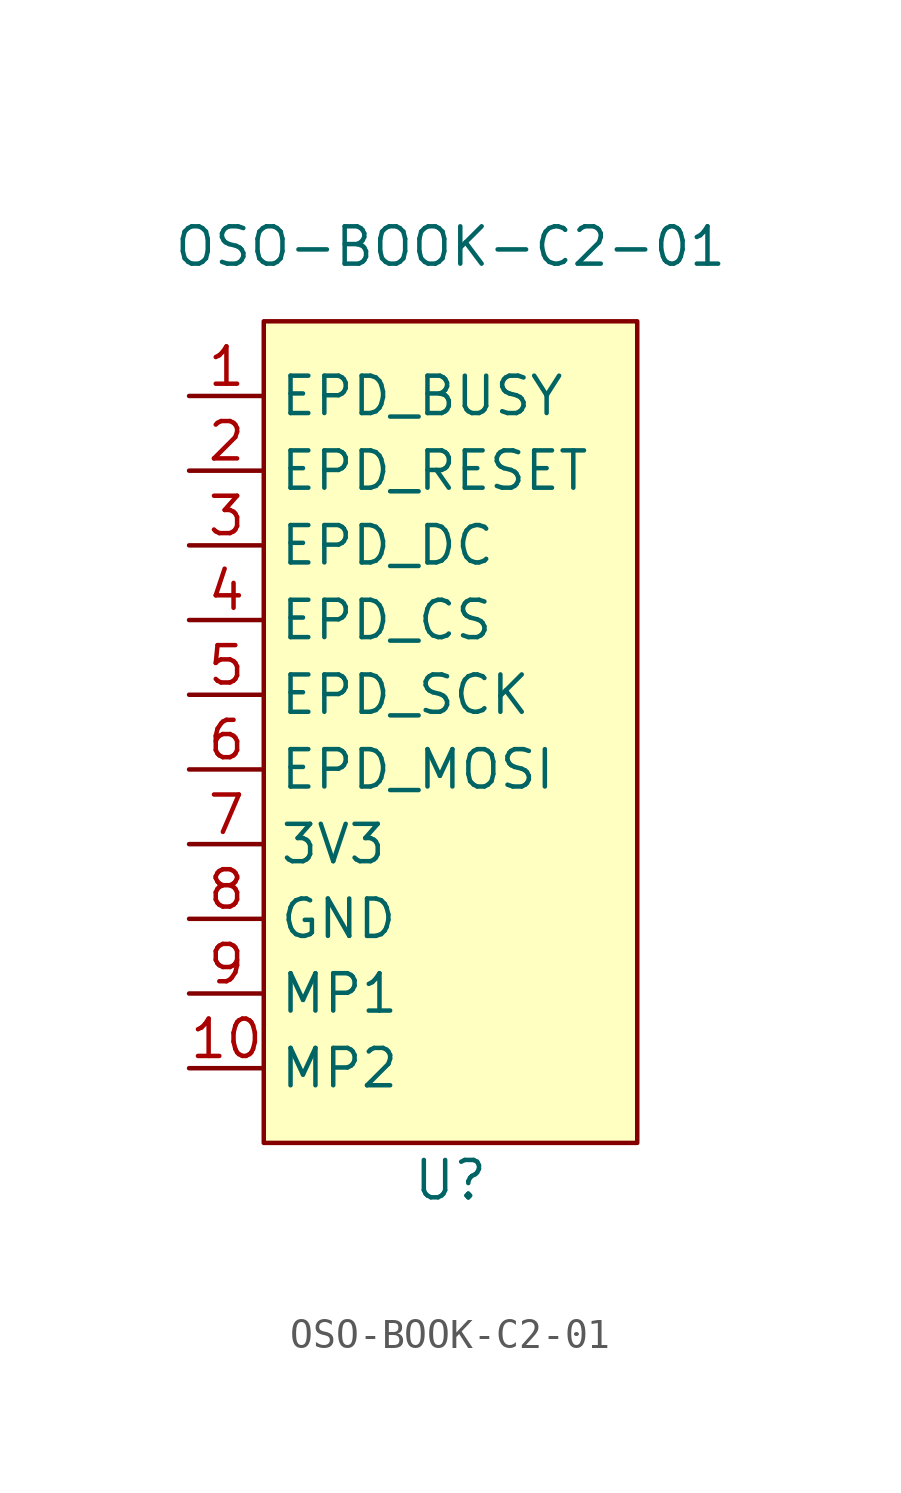
<source format=kicad_sym>
(kicad_symbol_lib
  (version 20211014)
  (generator kicad_symbol_editor)
  (symbol "OSO-BOOK-C2-01"
    (property "Reference" "U"
      (at 0 -15.24 0)
      (effects (font (size 1.27 1.27))))
    (property "Value" "OSO-BOOK-C2-01"
      (at 0 16.51 0)
      (effects (font (size 1.27 1.27))))
    (symbol "OSO-BOOK-C2-01_0_1"
      (rectangle (start -6.35 13.97) (end 6.35 -13.97) (stroke (width 0) (type default) (color 0 0 0 0)) (fill (type background))))
    (symbol "OSO-BOOK-C2-01_1_1"
      (pin output line (at -8.89 11.43 0) (length 2.54) (name "EPD_BUSY" (effects (font (size 1.27 1.27)))) (number "1" (effects (font (size 1.27 1.27)))))
      (pin unspecified line (at -8.89 -11.43 0) (length 2.54) (name "MP2" (effects (font (size 1.27 1.27)))) (number "10" (effects (font (size 1.27 1.27)))))
      (pin input line (at -8.89 8.89 0) (length 2.54) (name "EPD_RESET" (effects (font (size 1.27 1.27)))) (number "2" (effects (font (size 1.27 1.27)))))
      (pin input line (at -8.89 6.35 0) (length 2.54) (name "EPD_DC" (effects (font (size 1.27 1.27)))) (number "3" (effects (font (size 1.27 1.27)))))
      (pin input line (at -8.89 3.81 0) (length 2.54) (name "EPD_CS" (effects (font (size 1.27 1.27)))) (number "4" (effects (font (size 1.27 1.27)))))
      (pin input line (at -8.89 1.27 0) (length 2.54) (name "EPD_SCK" (effects (font (size 1.27 1.27)))) (number "5" (effects (font (size 1.27 1.27)))))
      (pin input line (at -8.89 -1.27 0) (length 2.54) (name "EPD_MOSI" (effects (font (size 1.27 1.27)))) (number "6" (effects (font (size 1.27 1.27)))))
      (pin power_in line (at -8.89 -3.81 0) (length 2.54) (name "3V3" (effects (font (size 1.27 1.27)))) (number "7" (effects (font (size 1.27 1.27)))))
      (pin power_in line (at -8.89 -6.35 0) (length 2.54) (name "GND" (effects (font (size 1.27 1.27)))) (number "8" (effects (font (size 1.27 1.27)))))
      (pin unspecified line (at -8.89 -8.89 0) (length 2.54) (name "MP1" (effects (font (size 1.27 1.27)))) (number "9" (effects (font (size 1.27 1.27))))))))
</source>
